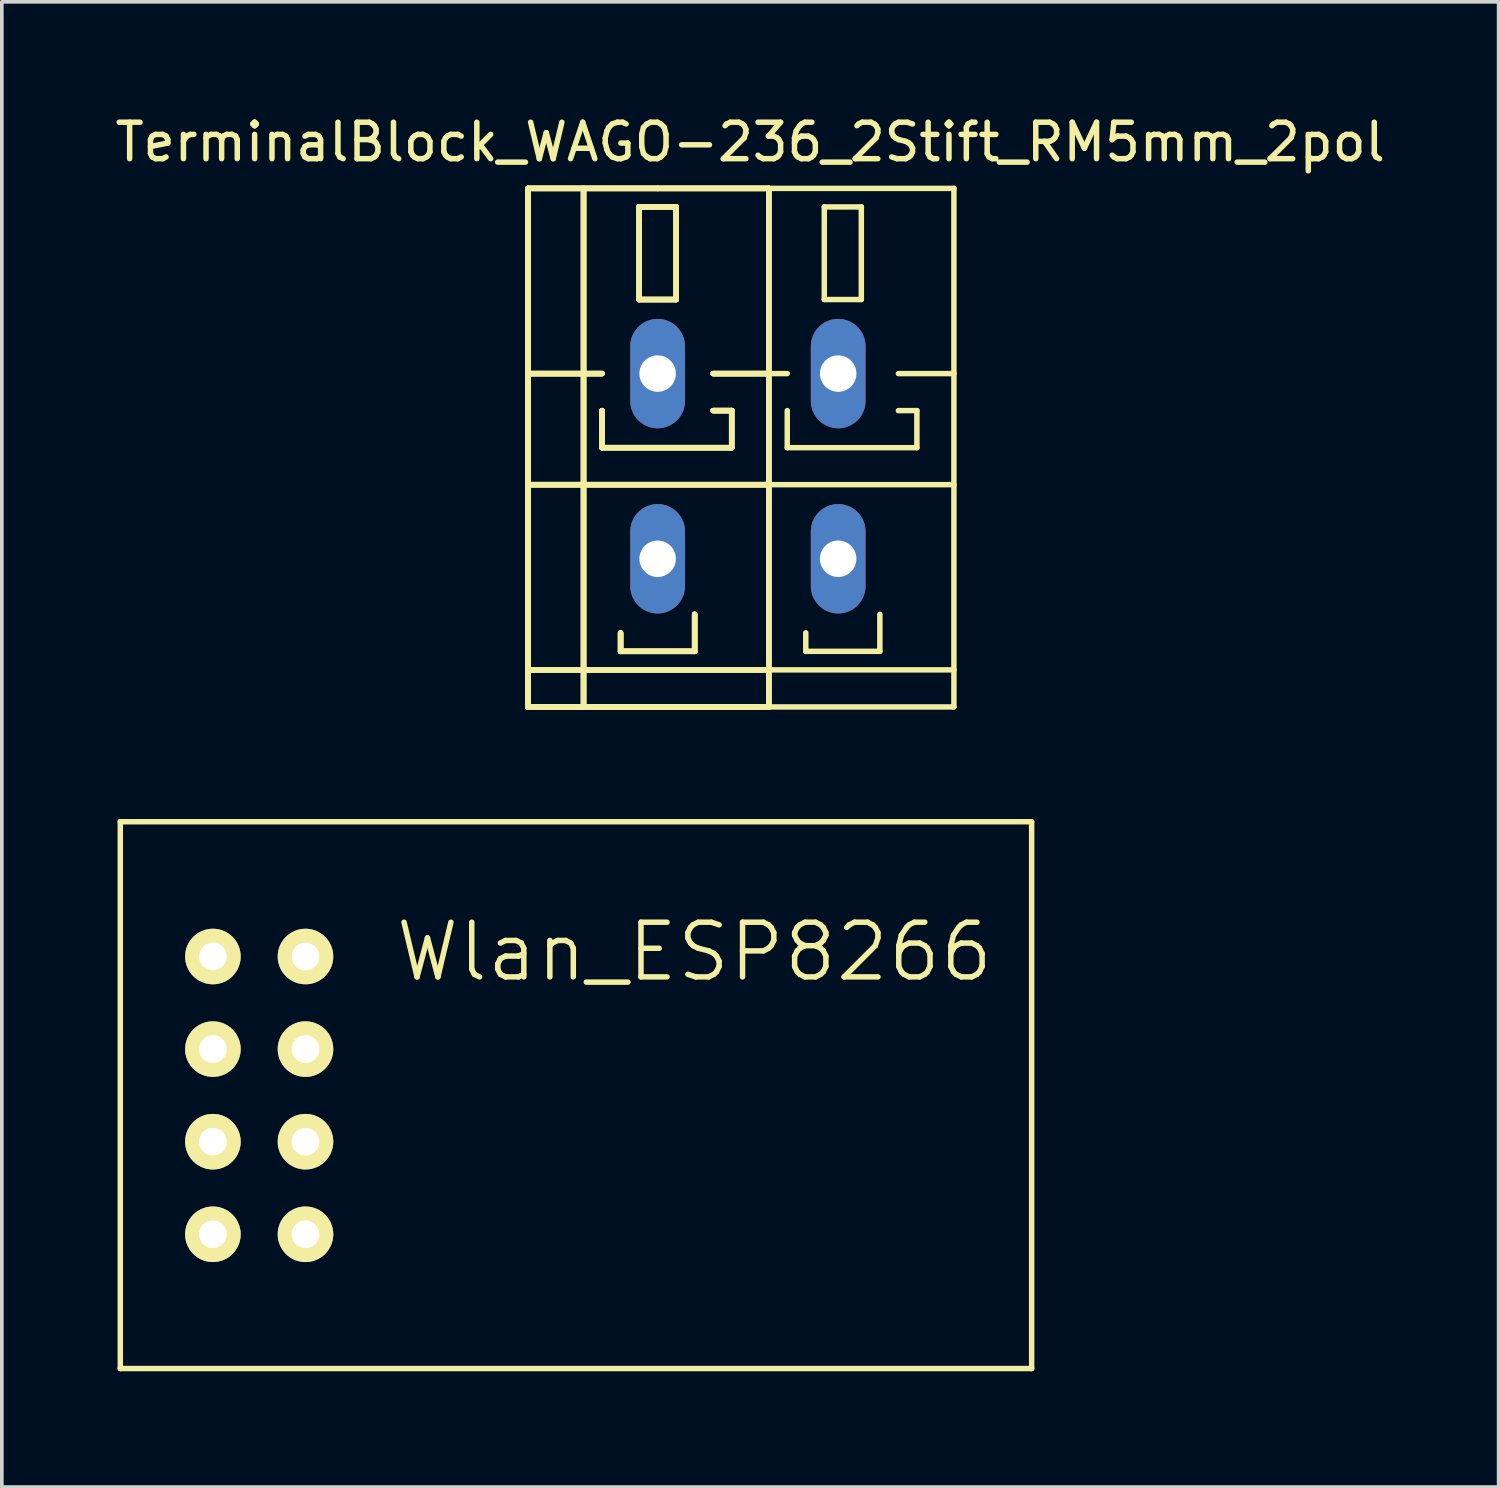
<source format=kicad_pcb>
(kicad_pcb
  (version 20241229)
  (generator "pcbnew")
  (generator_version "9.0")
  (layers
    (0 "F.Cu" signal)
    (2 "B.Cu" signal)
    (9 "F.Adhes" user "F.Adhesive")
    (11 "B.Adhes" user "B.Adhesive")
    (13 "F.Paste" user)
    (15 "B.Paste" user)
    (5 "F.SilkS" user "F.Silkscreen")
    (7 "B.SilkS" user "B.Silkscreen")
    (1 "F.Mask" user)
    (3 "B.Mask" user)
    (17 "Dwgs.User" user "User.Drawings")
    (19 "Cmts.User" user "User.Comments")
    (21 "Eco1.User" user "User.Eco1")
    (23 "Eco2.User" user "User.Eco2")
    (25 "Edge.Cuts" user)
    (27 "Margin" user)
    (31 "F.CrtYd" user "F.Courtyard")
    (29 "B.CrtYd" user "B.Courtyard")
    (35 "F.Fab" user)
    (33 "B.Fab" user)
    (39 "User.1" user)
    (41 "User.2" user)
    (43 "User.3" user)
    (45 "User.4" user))
  (footprint "Wlan_ESP8266"
    (layer "F.Cu")
    (at 0.25 34.492)
    (property "Reference" "Wlan_ESP8266" (at 15.748 -11.43 0) (layer "F.SilkS") (effects (font (size 1.5 1.5) (thickness 0.15))))
    (fp_line (start 0 -15) (end 25 -15) (stroke (width 0.15) (type solid)) (layer "F.SilkS"))
    (fp_line (start 0 0) (end 0 -15) (stroke (width 0.15) (type solid)) (layer "F.SilkS"))
    (fp_line (start 25 -15) (end 25 0) (stroke (width 0.15) (type solid)) (layer "F.SilkS"))
    (fp_line (start 25 0) (end 0 0) (stroke (width 0.15) (type solid)) (layer "F.SilkS"))
    (pad "1" thru_hole circle (at 2.54 -11.303) (size 1.524 1.524) (drill 0.762) (layers "*.Cu" "*.Mask" "F.SilkS"))
    (pad "2" thru_hole circle (at 2.54 -8.763) (size 1.524 1.524) (drill 0.762) (layers "*.Cu" "*.Mask" "F.SilkS"))
    (pad "3" thru_hole circle (at 2.54 -6.223) (size 1.524 1.524) (drill 0.762) (layers "*.Cu" "*.Mask" "F.SilkS"))
    (pad "4" thru_hole circle (at 2.54 -3.683) (size 1.524 1.524) (drill 0.762) (layers "*.Cu" "*.Mask" "F.SilkS"))
    (pad "5" thru_hole circle (at 5.08 -11.303) (size 1.524 1.524) (drill 0.762) (layers "*.Cu" "*.Mask" "F.SilkS"))
    (pad "6" thru_hole circle (at 5.08 -8.763) (size 1.524 1.524) (drill 0.762) (layers "*.Cu" "*.Mask" "F.SilkS"))
    (pad "7" thru_hole circle (at 5.08 -6.223) (size 1.524 1.524) (drill 0.762) (layers "*.Cu" "*.Mask" "F.SilkS"))
    (pad "8" thru_hole circle (at 5.08 -3.683) (size 1.524 1.524) (drill 0.762) (layers "*.Cu" "*.Mask" "F.SilkS")))
  (footprint "TerminalBlock_WAGO-236_2Stift_RM5mm_2pol"
    (layer "F.Cu")
    (at 17.53 9.738)
    (property "Reference" "TerminalBlock_WAGO-236_2Stift_RM5mm_2pol" (at 0 -8.89 0) (layer "F.SilkS") (effects (font (size 1 1) (thickness 0.15))))
    (attr through_hole)
    (fp_line (start -6.096 -7.62) (end -4.572 -7.62) (stroke (width 0.15) (type solid)) (layer "F.SilkS"))
    (fp_line (start -6.096 -7.62) (end -4.572 -7.62) (stroke (width 0.15) (type solid)) (layer "F.SilkS"))
    (fp_line (start -6.096 -7.62) (end -4.572 -7.62) (stroke (width 0.15) (type solid)) (layer "F.SilkS"))
    (fp_line (start -6.096 -7.62) (end -4.572 -7.62) (stroke (width 0.15) (type solid)) (layer "F.SilkS"))
    (fp_line (start -6.096 -2.54) (end -4.064 -2.54) (stroke (width 0.15) (type solid)) (layer "F.SilkS"))
    (fp_line (start -6.096 -2.54) (end -4.064 -2.54) (stroke (width 0.15) (type solid)) (layer "F.SilkS"))
    (fp_line (start -6.096 -2.54) (end -4.064 -2.54) (stroke (width 0.15) (type solid)) (layer "F.SilkS"))
    (fp_line (start -6.096 -2.54) (end -4.064 -2.54) (stroke (width 0.15) (type solid)) (layer "F.SilkS"))
    (fp_line (start -6.096 0.508) (end 0.508 0.508) (stroke (width 0.15) (type solid)) (layer "F.SilkS"))
    (fp_line (start -6.096 0.508) (end 0.508 0.508) (stroke (width 0.15) (type solid)) (layer "F.SilkS"))
    (fp_line (start -6.096 0.508) (end 0.508 0.508) (stroke (width 0.15) (type solid)) (layer "F.SilkS"))
    (fp_line (start -6.096 0.508) (end 0.508 0.508) (stroke (width 0.15) (type solid)) (layer "F.SilkS"))
    (fp_line (start -6.096 5.588) (end 0.508 5.588) (stroke (width 0.15) (type solid)) (layer "F.SilkS"))
    (fp_line (start -6.096 5.588) (end 0.508 5.588) (stroke (width 0.15) (type solid)) (layer "F.SilkS"))
    (fp_line (start -6.096 5.588) (end 0.508 5.588) (stroke (width 0.15) (type solid)) (layer "F.SilkS"))
    (fp_line (start -6.096 5.588) (end 0.508 5.588) (stroke (width 0.15) (type solid)) (layer "F.SilkS"))
    (fp_line (start -6.096 6.604) (end -6.096 -7.62) (stroke (width 0.15) (type solid)) (layer "F.SilkS"))
    (fp_line (start -6.096 6.604) (end -6.096 -7.62) (stroke (width 0.15) (type solid)) (layer "F.SilkS"))
    (fp_line (start -6.096 6.604) (end -6.096 -7.62) (stroke (width 0.15) (type solid)) (layer "F.SilkS"))
    (fp_line (start -6.096 6.604) (end -6.096 -7.62) (stroke (width 0.15) (type solid)) (layer "F.SilkS"))
    (fp_line (start -4.572 -7.62) (end -2.54 -7.62) (stroke (width 0.15) (type solid)) (layer "F.SilkS"))
    (fp_line (start -4.572 -7.62) (end -2.54 -7.62) (stroke (width 0.15) (type solid)) (layer "F.SilkS"))
    (fp_line (start -4.572 -7.62) (end -2.54 -7.62) (stroke (width 0.15) (type solid)) (layer "F.SilkS"))
    (fp_line (start -4.572 -7.62) (end -2.54 -7.62) (stroke (width 0.15) (type solid)) (layer "F.SilkS"))
    (fp_line (start -4.572 6.604) (end -6.096 6.604) (stroke (width 0.15) (type solid)) (layer "F.SilkS"))
    (fp_line (start -4.572 6.604) (end -6.096 6.604) (stroke (width 0.15) (type solid)) (layer "F.SilkS"))
    (fp_line (start -4.572 6.604) (end -6.096 6.604) (stroke (width 0.15) (type solid)) (layer "F.SilkS"))
    (fp_line (start -4.572 6.604) (end -6.096 6.604) (stroke (width 0.15) (type solid)) (layer "F.SilkS"))
    (fp_line (start -4.572 6.604) (end -4.572 -7.62) (stroke (width 0.15) (type solid)) (layer "F.SilkS"))
    (fp_line (start -4.572 6.604) (end -4.572 -7.62) (stroke (width 0.15) (type solid)) (layer "F.SilkS"))
    (fp_line (start -4.572 6.604) (end -4.572 -7.62) (stroke (width 0.15) (type solid)) (layer "F.SilkS"))
    (fp_line (start -4.572 6.604) (end -4.572 -7.62) (stroke (width 0.15) (type solid)) (layer "F.SilkS"))
    (fp_line (start -4.064 -1.524) (end -4.064 -0.508) (stroke (width 0.15) (type solid)) (layer "F.SilkS"))
    (fp_line (start -4.064 -1.524) (end -4.064 -0.508) (stroke (width 0.15) (type solid)) (layer "F.SilkS"))
    (fp_line (start -4.064 -1.524) (end -4.064 -0.508) (stroke (width 0.15) (type solid)) (layer "F.SilkS"))
    (fp_line (start -4.064 -1.524) (end -4.064 -0.508) (stroke (width 0.15) (type solid)) (layer "F.SilkS"))
    (fp_line (start -4.064 -0.508) (end -0.508 -0.508) (stroke (width 0.15) (type solid)) (layer "F.SilkS"))
    (fp_line (start -4.064 -0.508) (end -0.508 -0.508) (stroke (width 0.15) (type solid)) (layer "F.SilkS"))
    (fp_line (start -4.064 -0.508) (end -0.508 -0.508) (stroke (width 0.15) (type solid)) (layer "F.SilkS"))
    (fp_line (start -4.064 -0.508) (end -0.508 -0.508) (stroke (width 0.15) (type solid)) (layer "F.SilkS"))
    (fp_line (start -3.556 4.572) (end -3.556 5.08) (stroke (width 0.15) (type solid)) (layer "F.SilkS"))
    (fp_line (start -3.556 4.572) (end -3.556 5.08) (stroke (width 0.15) (type solid)) (layer "F.SilkS"))
    (fp_line (start -3.556 4.572) (end -3.556 5.08) (stroke (width 0.15) (type solid)) (layer "F.SilkS"))
    (fp_line (start -3.556 4.572) (end -3.556 5.08) (stroke (width 0.15) (type solid)) (layer "F.SilkS"))
    (fp_line (start -3.556 5.08) (end -1.524 5.08) (stroke (width 0.15) (type solid)) (layer "F.SilkS"))
    (fp_line (start -3.556 5.08) (end -1.524 5.08) (stroke (width 0.15) (type solid)) (layer "F.SilkS"))
    (fp_line (start -3.556 5.08) (end -1.524 5.08) (stroke (width 0.15) (type solid)) (layer "F.SilkS"))
    (fp_line (start -3.556 5.08) (end -1.524 5.08) (stroke (width 0.15) (type solid)) (layer "F.SilkS"))
    (fp_line (start -3.048 -7.112) (end -2.032 -7.112) (stroke (width 0.15) (type solid)) (layer "F.SilkS"))
    (fp_line (start -3.048 -7.112) (end -2.032 -7.112) (stroke (width 0.15) (type solid)) (layer "F.SilkS"))
    (fp_line (start -3.048 -7.112) (end -2.032 -7.112) (stroke (width 0.15) (type solid)) (layer "F.SilkS"))
    (fp_line (start -3.048 -7.112) (end -2.032 -7.112) (stroke (width 0.15) (type solid)) (layer "F.SilkS"))
    (fp_line (start -3.048 -4.572) (end -3.048 -7.112) (stroke (width 0.15) (type solid)) (layer "F.SilkS"))
    (fp_line (start -3.048 -4.572) (end -3.048 -7.112) (stroke (width 0.15) (type solid)) (layer "F.SilkS"))
    (fp_line (start -3.048 -4.572) (end -3.048 -7.112) (stroke (width 0.15) (type solid)) (layer "F.SilkS"))
    (fp_line (start -3.048 -4.572) (end -3.048 -7.112) (stroke (width 0.15) (type solid)) (layer "F.SilkS"))
    (fp_line (start -2.54 -7.62) (end 0.508 -7.62) (stroke (width 0.15) (type solid)) (layer "F.SilkS"))
    (fp_line (start -2.54 -7.62) (end 0.508 -7.62) (stroke (width 0.15) (type solid)) (layer "F.SilkS"))
    (fp_line (start -2.54 -7.62) (end 0.508 -7.62) (stroke (width 0.15) (type solid)) (layer "F.SilkS"))
    (fp_line (start -2.54 -7.62) (end 0.508 -7.62) (stroke (width 0.15) (type solid)) (layer "F.SilkS"))
    (fp_line (start -2.032 -7.112) (end -2.032 -4.572) (stroke (width 0.15) (type solid)) (layer "F.SilkS"))
    (fp_line (start -2.032 -7.112) (end -2.032 -4.572) (stroke (width 0.15) (type solid)) (layer "F.SilkS"))
    (fp_line (start -2.032 -7.112) (end -2.032 -4.572) (stroke (width 0.15) (type solid)) (layer "F.SilkS"))
    (fp_line (start -2.032 -7.112) (end -2.032 -4.572) (stroke (width 0.15) (type solid)) (layer "F.SilkS"))
    (fp_line (start -2.032 -4.572) (end -3.048 -4.572) (stroke (width 0.15) (type solid)) (layer "F.SilkS"))
    (fp_line (start -2.032 -4.572) (end -3.048 -4.572) (stroke (width 0.15) (type solid)) (layer "F.SilkS"))
    (fp_line (start -2.032 -4.572) (end -3.048 -4.572) (stroke (width 0.15) (type solid)) (layer "F.SilkS"))
    (fp_line (start -2.032 -4.572) (end -3.048 -4.572) (stroke (width 0.15) (type solid)) (layer "F.SilkS"))
    (fp_line (start -1.524 5.08) (end -1.524 4.064) (stroke (width 0.15) (type solid)) (layer "F.SilkS"))
    (fp_line (start -1.524 5.08) (end -1.524 4.064) (stroke (width 0.15) (type solid)) (layer "F.SilkS"))
    (fp_line (start -1.524 5.08) (end -1.524 4.064) (stroke (width 0.15) (type solid)) (layer "F.SilkS"))
    (fp_line (start -1.524 5.08) (end -1.524 4.064) (stroke (width 0.15) (type solid)) (layer "F.SilkS"))
    (fp_line (start -1.016 -2.54) (end 0.508 -2.54) (stroke (width 0.15) (type solid)) (layer "F.SilkS"))
    (fp_line (start -1.016 -2.54) (end 0.508 -2.54) (stroke (width 0.15) (type solid)) (layer "F.SilkS"))
    (fp_line (start -1.016 -2.54) (end 0.508 -2.54) (stroke (width 0.15) (type solid)) (layer "F.SilkS"))
    (fp_line (start -1.016 -2.54) (end 0.508 -2.54) (stroke (width 0.15) (type solid)) (layer "F.SilkS"))
    (fp_line (start -0.508 -1.524) (end -1.016 -1.524) (stroke (width 0.15) (type solid)) (layer "F.SilkS"))
    (fp_line (start -0.508 -1.524) (end -1.016 -1.524) (stroke (width 0.15) (type solid)) (layer "F.SilkS"))
    (fp_line (start -0.508 -1.524) (end -1.016 -1.524) (stroke (width 0.15) (type solid)) (layer "F.SilkS"))
    (fp_line (start -0.508 -1.524) (end -1.016 -1.524) (stroke (width 0.15) (type solid)) (layer "F.SilkS"))
    (fp_line (start -0.508 -0.508) (end -0.508 -1.524) (stroke (width 0.15) (type solid)) (layer "F.SilkS"))
    (fp_line (start -0.508 -0.508) (end -0.508 -1.524) (stroke (width 0.15) (type solid)) (layer "F.SilkS"))
    (fp_line (start -0.508 -0.508) (end -0.508 -1.524) (stroke (width 0.15) (type solid)) (layer "F.SilkS"))
    (fp_line (start -0.508 -0.508) (end -0.508 -1.524) (stroke (width 0.15) (type solid)) (layer "F.SilkS"))
    (fp_line (start 0.508 -7.62) (end 0.508 6.604) (stroke (width 0.15) (type solid)) (layer "F.SilkS"))
    (fp_line (start 0.508 -7.62) (end 0.508 6.604) (stroke (width 0.15) (type solid)) (layer "F.SilkS"))
    (fp_line (start 0.508 -7.62) (end 0.508 6.604) (stroke (width 0.15) (type solid)) (layer "F.SilkS"))
    (fp_line (start 0.508 -7.62) (end 0.508 6.604) (stroke (width 0.15) (type solid)) (layer "F.SilkS"))
    (fp_line (start 0.508 -2.54) (end 1.016 -2.54) (stroke (width 0.15) (type solid)) (layer "F.SilkS"))
    (fp_line (start 0.508 0.508) (end 5.588 0.508) (stroke (width 0.15) (type solid)) (layer "F.SilkS"))
    (fp_line (start 0.508 5.588) (end 5.588 5.588) (stroke (width 0.15) (type solid)) (layer "F.SilkS"))
    (fp_line (start 0.508 6.604) (end -4.572 6.604) (stroke (width 0.15) (type solid)) (layer "F.SilkS"))
    (fp_line (start 0.508 6.604) (end -4.572 6.604) (stroke (width 0.15) (type solid)) (layer "F.SilkS"))
    (fp_line (start 0.508 6.604) (end -4.572 6.604) (stroke (width 0.15) (type solid)) (layer "F.SilkS"))
    (fp_line (start 0.508 6.604) (end -4.572 6.604) (stroke (width 0.15) (type solid)) (layer "F.SilkS"))
    (fp_line (start 0.508 6.604) (end 5.588 6.604) (stroke (width 0.15) (type solid)) (layer "F.SilkS"))
    (fp_line (start 1.016 -1.524) (end 1.016 -0.508) (stroke (width 0.15) (type solid)) (layer "F.SilkS"))
    (fp_line (start 1.016 -0.508) (end 4.572 -0.508) (stroke (width 0.15) (type solid)) (layer "F.SilkS"))
    (fp_line (start 1.524 4.572) (end 1.524 5.08) (stroke (width 0.15) (type solid)) (layer "F.SilkS"))
    (fp_line (start 1.524 5.08) (end 3.556 5.08) (stroke (width 0.15) (type solid)) (layer "F.SilkS"))
    (fp_line (start 2.032 -7.112) (end 2.032 -4.572) (stroke (width 0.15) (type solid)) (layer "F.SilkS"))
    (fp_line (start 2.032 -4.572) (end 3.048 -4.572) (stroke (width 0.15) (type solid)) (layer "F.SilkS"))
    (fp_line (start 3.048 -7.112) (end 2.032 -7.112) (stroke (width 0.15) (type solid)) (layer "F.SilkS"))
    (fp_line (start 3.048 -4.572) (end 3.048 -7.112) (stroke (width 0.15) (type solid)) (layer "F.SilkS"))
    (fp_line (start 3.556 5.08) (end 3.556 4.064) (stroke (width 0.15) (type solid)) (layer "F.SilkS"))
    (fp_line (start 4.064 -2.54) (end 5.588 -2.54) (stroke (width 0.15) (type solid)) (layer "F.SilkS"))
    (fp_line (start 4.572 -1.524) (end 4.064 -1.524) (stroke (width 0.15) (type solid)) (layer "F.SilkS"))
    (fp_line (start 4.572 -0.508) (end 4.572 -1.524) (stroke (width 0.15) (type solid)) (layer "F.SilkS"))
    (fp_line (start 5.588 -7.62) (end 0.508 -7.62) (stroke (width 0.15) (type solid)) (layer "F.SilkS"))
    (fp_line (start 5.588 6.604) (end 5.588 -7.62) (stroke (width 0.15) (type solid)) (layer "F.SilkS"))
    (pad "1" thru_hole oval (at -2.54 -2.54 90) (size 3 1.501) (drill 1.001) (layers "*.Cu" "*.Mask"))
    (pad "1" thru_hole oval (at -2.54 2.54 90) (size 3 1.501) (drill 1.001) (layers "*.Cu" "*.Mask"))
    (pad "2" thru_hole oval (at 2.413 -2.54 90) (size 3 1.501) (drill 1.001) (layers "*.Cu" "*.Mask"))
    (pad "2" thru_hole oval (at 2.413 2.54 90) (size 3 1.501) (drill 1.001) (layers "*.Cu" "*.Mask")))
  (gr_rect
    (start -3 -3)
    (end 38.06 37.742)
    (stroke (width 0.1) (type default))
    (fill no)
    (layer "Edge.Cuts")))
</source>
